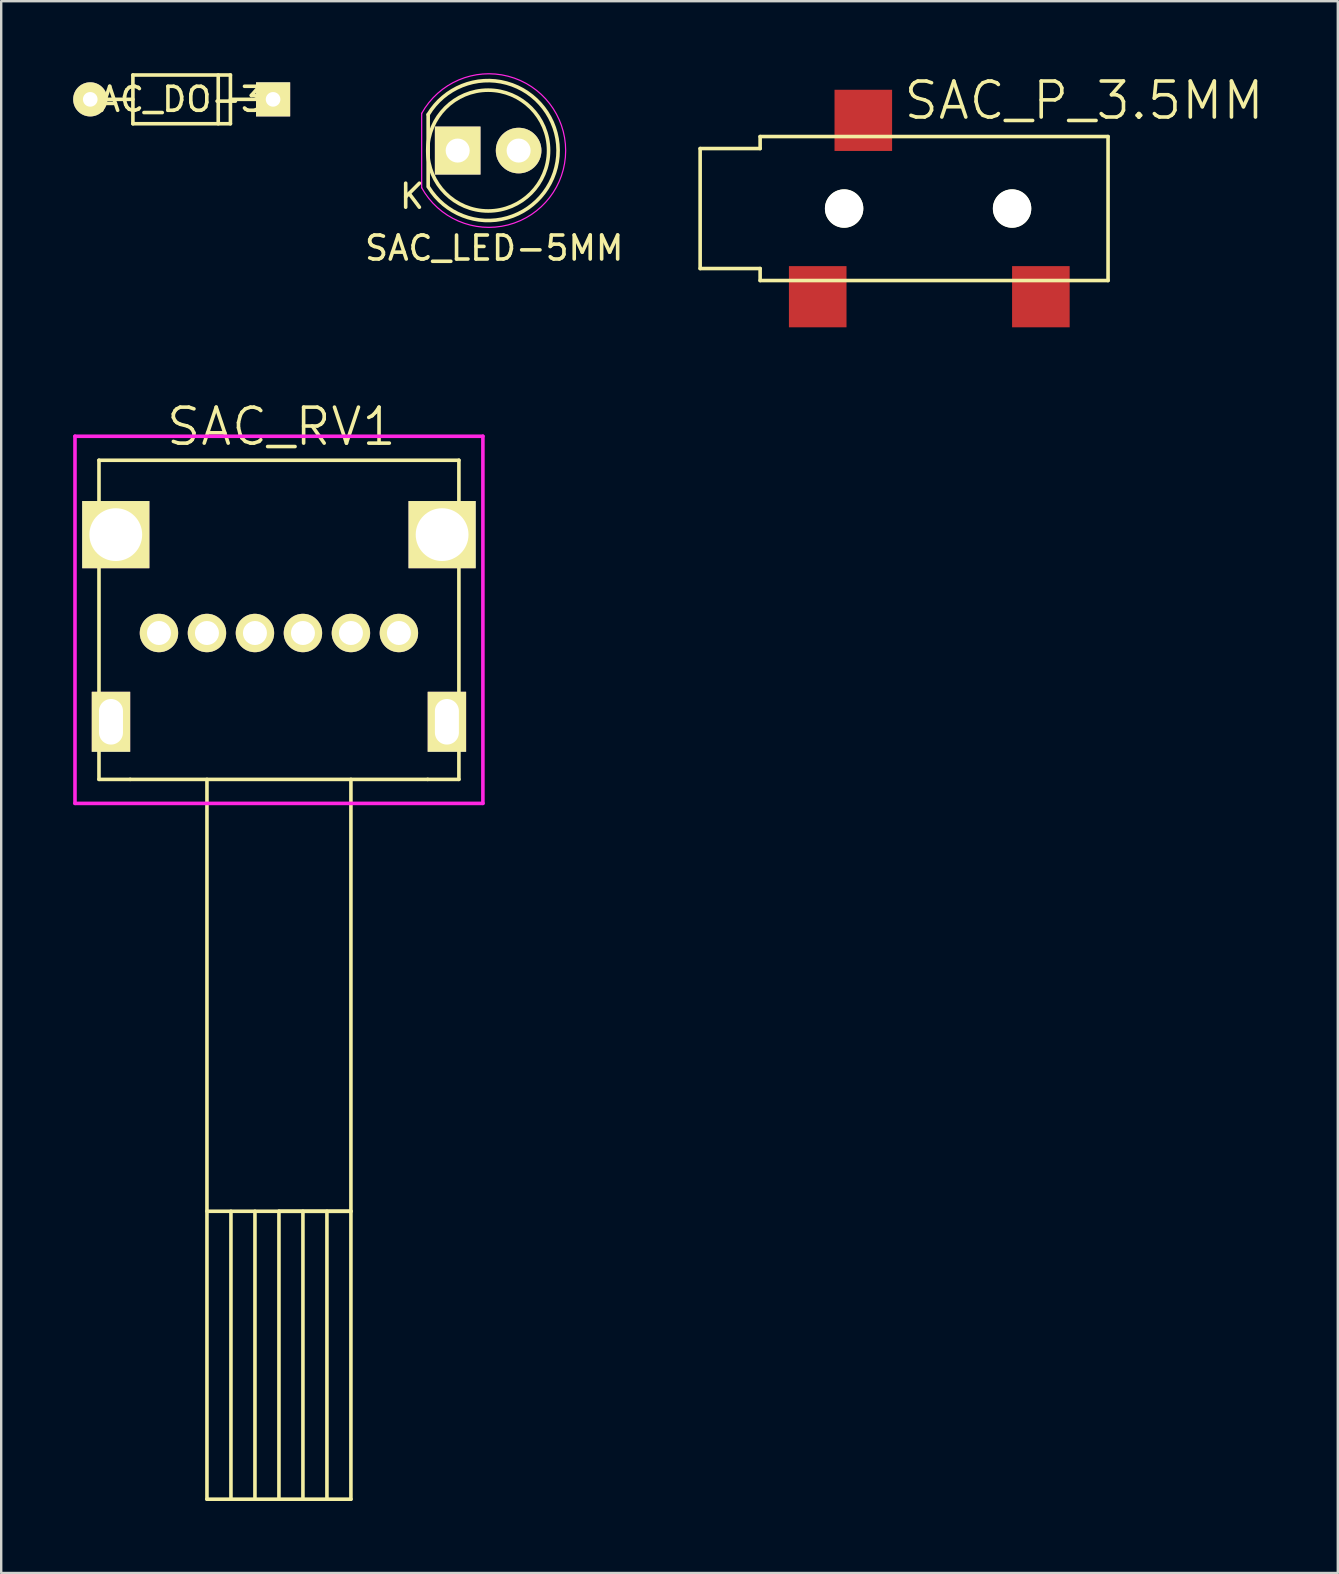
<source format=kicad_pcb>
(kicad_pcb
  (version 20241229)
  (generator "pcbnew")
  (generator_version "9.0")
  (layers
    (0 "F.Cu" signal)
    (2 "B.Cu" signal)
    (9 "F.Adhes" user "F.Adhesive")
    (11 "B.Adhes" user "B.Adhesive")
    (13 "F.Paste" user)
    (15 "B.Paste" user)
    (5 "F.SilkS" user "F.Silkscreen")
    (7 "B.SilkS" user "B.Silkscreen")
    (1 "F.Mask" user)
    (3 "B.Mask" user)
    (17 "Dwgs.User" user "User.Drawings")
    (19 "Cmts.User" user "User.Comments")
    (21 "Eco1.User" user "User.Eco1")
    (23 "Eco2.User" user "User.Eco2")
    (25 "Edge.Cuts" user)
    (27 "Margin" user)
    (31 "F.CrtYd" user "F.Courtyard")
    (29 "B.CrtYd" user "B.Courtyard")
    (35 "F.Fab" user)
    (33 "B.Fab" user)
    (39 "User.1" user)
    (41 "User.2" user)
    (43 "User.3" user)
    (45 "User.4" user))
  (footprint "SAC_DO-35"
    (placed yes)
    (layer "F.Cu")
    (at 4.521 1.091)
    (property "Reference" "SAC_DO-35" (at 0 0 0) (layer "F.SilkS") (effects (font (size 1 1) (thickness 0.15))))
    (attr through_hole)
    (fp_line (start -2.032 -1.016) (end -2.032 1.016) (stroke (width 0.15) (type solid)) (layer "F.SilkS"))
    (fp_line (start -2.032 0) (end -3.81 0) (stroke (width 0.15) (type solid)) (layer "F.SilkS"))
    (fp_line (start -2.032 1.016) (end 2.032 1.016) (stroke (width 0.15) (type solid)) (layer "F.SilkS"))
    (fp_line (start 1.524 -1.016) (end 1.524 1.016) (stroke (width 0.15) (type solid)) (layer "F.SilkS"))
    (fp_line (start 2.032 -1.016) (end -2.032 -1.016) (stroke (width 0.15) (type solid)) (layer "F.SilkS"))
    (fp_line (start 2.032 0) (end 3.81 0) (stroke (width 0.15) (type solid)) (layer "F.SilkS"))
    (fp_line (start 2.032 1.016) (end 2.032 -1.016) (stroke (width 0.15) (type solid)) (layer "F.SilkS"))
    (pad "1" thru_hole circle (at -3.81 0) (size 1.422 1.422) (drill 0.61) (layers "*.Cu" "*.Mask" "F.SilkS"))
    (pad "2" thru_hole rect (at 3.81 0) (size 1.422 1.422) (drill 0.61) (layers "*.Cu" "*.Mask" "F.SilkS")))
  (footprint "SAC_RV1"
    (layer "F.Cu")
    (at 8.575 23.331)
    (property "Reference" "SAC_RV1" (at 0.1 -8.6 0) (layer "F.SilkS") (effects (font (size 1.5 1.5) (thickness 0.15))))
    (attr through_hole)
    (fp_line (start -7.5 -7.2) (end -7.5 6.1) (stroke (width 0.15) (type solid)) (layer "F.SilkS"))
    (fp_line (start -7.5 6.1) (end -6.2 6.1) (stroke (width 0.15) (type solid)) (layer "F.SilkS"))
    (fp_line (start -6.2 6.1) (end 6.2 6.1) (stroke (width 0.15) (type solid)) (layer "F.SilkS"))
    (fp_line (start -3 36.1) (end -3 6.1) (stroke (width 0.15) (type solid)) (layer "F.SilkS"))
    (fp_line (start -2 24.1) (end -2 36.1) (stroke (width 0.15) (type solid)) (layer "F.SilkS"))
    (fp_line (start -1 24.1) (end -1 36.1) (stroke (width 0.15) (type solid)) (layer "F.SilkS"))
    (fp_line (start 0 24.1) (end 3 24.1) (stroke (width 0.15) (type solid)) (layer "F.SilkS"))
    (fp_line (start 0 36.1) (end 0 24.1) (stroke (width 0.15) (type solid)) (layer "F.SilkS"))
    (fp_line (start 1 24.1) (end 1 36.1) (stroke (width 0.15) (type solid)) (layer "F.SilkS"))
    (fp_line (start 2 24.1) (end 2 36.1) (stroke (width 0.15) (type solid)) (layer "F.SilkS"))
    (fp_line (start 3 6.1) (end 3 36.1) (stroke (width 0.15) (type solid)) (layer "F.SilkS"))
    (fp_line (start 3 24.1) (end -3 24.1) (stroke (width 0.15) (type solid)) (layer "F.SilkS"))
    (fp_line (start 3 36.1) (end -3 36.1) (stroke (width 0.15) (type solid)) (layer "F.SilkS"))
    (fp_line (start 6.2 6.1) (end 7.5 6.1) (stroke (width 0.15) (type solid)) (layer "F.SilkS"))
    (fp_line (start 7.5 -7.2) (end -7.5 -7.2) (stroke (width 0.15) (type solid)) (layer "F.SilkS"))
    (fp_line (start 7.5 6.1) (end 7.5 -7.2) (stroke (width 0.15) (type solid)) (layer "F.SilkS"))
    (fp_line (start -8.5 -8.2) (end -8.5 7.1) (stroke (width 0.15) (type solid)) (layer "F.CrtYd"))
    (fp_line (start -8.5 7.1) (end 8.5 7.1) (stroke (width 0.15) (type solid)) (layer "F.CrtYd"))
    (fp_line (start 8.5 -8.2) (end -8.5 -8.2) (stroke (width 0.15) (type solid)) (layer "F.CrtYd"))
    (fp_line (start 8.5 7.1) (end 8.5 -8.2) (stroke (width 0.15) (type solid)) (layer "F.CrtYd"))
    (pad "" thru_hole rect (at -7 3.7) (size 1.6 2.5) (drill oval 1 1.9) (layers "*.Cu" "*.Mask" "F.SilkS"))
    (pad "" thru_hole rect (at -6.8 -4.1) (size 2.8 2.8) (drill 2.2) (layers "*.Cu" "*.Mask" "F.SilkS"))
    (pad "" thru_hole rect (at 6.8 -4.1) (size 2.8 2.8) (drill 2.2) (layers "*.Cu" "*.Mask" "F.SilkS"))
    (pad "" thru_hole rect (at 7 3.7) (size 1.6 2.5) (drill oval 1 1.9) (layers "*.Cu" "*.Mask" "F.SilkS"))
    (pad "1" thru_hole circle (at -3 0) (size 1.6 1.6) (drill 1) (layers "*.Cu" "*.Mask" "F.SilkS"))
    (pad "2" thru_hole circle (at -5 0) (size 1.6 1.6) (drill 1) (layers "*.Cu" "*.Mask" "F.SilkS"))
    (pad "3" thru_hole circle (at 5 0) (size 1.6 1.6) (drill 1) (layers "*.Cu" "*.Mask" "F.SilkS"))
    (pad "4" thru_hole circle (at -1 0) (size 1.6 1.6) (drill 1) (layers "*.Cu" "*.Mask" "F.SilkS"))
    (pad "5" thru_hole circle (at 1 0) (size 1.6 1.6) (drill 1) (layers "*.Cu" "*.Mask" "F.SilkS"))
    (pad "6" thru_hole circle (at 3 0) (size 1.6 1.6) (drill 1) (layers "*.Cu" "*.Mask" "F.SilkS")))
  (footprint "SAC_LED-5MM"
    (layer "F.Cu")
    (at 16.024 3.225)
    (property "Reference" "SAC_LED-5MM" (at 1.524 4.064 0) (layer "F.SilkS") (effects (font (size 1 1) (thickness 0.15))))
    (attr through_hole)
    (fp_line (start -1.23 1.5) (end -1.23 -1.5) (stroke (width 0.15) (type solid)) (layer "F.SilkS"))
    (fp_arc (start -1.23 -1.5) (mid 4.18544 -0.014565) (end -1.214888 1.524904) (stroke (width 0.15) (type solid)) (layer "F.SilkS"))
    (fp_circle (center 1.27 0) (end 0.97 -2.5) (stroke (width 0.15) (type solid)) (fill no) (layer "F.SilkS"))
    (fp_line (start -1.5 -1.55) (end -1.5 1.55) (stroke (width 0.05) (type solid)) (layer "F.CrtYd"))
    (fp_arc (start -1.498248 -1.55316) (mid 4.50039 0.001807) (end -1.5 1.55) (stroke (width 0.05) (type solid)) (layer "F.CrtYd"))
    (fp_text user "K" (at -1.905 1.905 0) (layer "F.SilkS") (effects (font (size 1 1) (thickness 0.15))))
    (pad "1" thru_hole circle (at 2.54 0) (size 1.9 1.9) (drill 1.001) (layers "*.Cu" "*.Mask" "F.SilkS"))
    (pad "2" thru_hole rect (at 0 0 90) (size 2 1.9) (drill 1.001) (layers "*.Cu" "*.Mask" "F.SilkS")))
  (footprint "SAC_P_3.5MM"
    (layer "F.Cu")
    (at 28.629 5.641)
    (property "Reference" "SAC_P_3.5MM" (at 13.5 -4.5 0) (layer "F.SilkS") (effects (font (size 1.5 1.5) (thickness 0.15))))
    (attr through_hole)
    (fp_line (start -2.5 -2.5) (end 0 -2.5) (stroke (width 0.15) (type solid)) (layer "F.SilkS"))
    (fp_line (start -2.5 2.5) (end -2.5 -2.5) (stroke (width 0.15) (type solid)) (layer "F.SilkS"))
    (fp_line (start 0 -2.5) (end 0 -3) (stroke (width 0.15) (type solid)) (layer "F.SilkS"))
    (fp_line (start 0 2.5) (end -2.5 2.5) (stroke (width 0.15) (type solid)) (layer "F.SilkS"))
    (fp_line (start 0 3) (end 0 2.5) (stroke (width 0.15) (type solid)) (layer "F.SilkS"))
    (fp_line (start 0 3) (end 14.5 3) (stroke (width 0.15) (type solid)) (layer "F.SilkS"))
    (fp_line (start 14.5 -3) (end 0 -3) (stroke (width 0.15) (type solid)) (layer "F.SilkS"))
    (fp_line (start 14.5 3) (end 14.5 -3) (stroke (width 0.15) (type solid)) (layer "F.SilkS"))
    (pad "" np_thru_hole circle (at 3.5 0) (size 1.6 1.6) (drill 1.6) (layers "*.Cu" "*.Mask" "F.SilkS"))
    (pad "" np_thru_hole circle (at 10.5 0) (size 1.6 1.6) (drill 1.6) (layers "*.Cu" "*.Mask" "F.SilkS"))
    (pad "1" smd rect (at 4.3 -3.675) (size 2.4 2.55) (layers "F.Cu" "F.Mask" "F.Paste"))
    (pad "4" smd rect (at 11.7 3.675) (size 2.4 2.55) (layers "F.Cu" "F.Mask" "F.Paste"))
    (pad "5" smd rect (at 2.4 3.675) (size 2.4 2.55) (layers "F.Cu" "F.Mask" "F.Paste")))
  (gr_rect
    (start -3 -3)
    (end 52.704 62.507)
    (stroke (width 0.1) (type default))
    (fill no)
    (layer "Edge.Cuts")))
</source>
